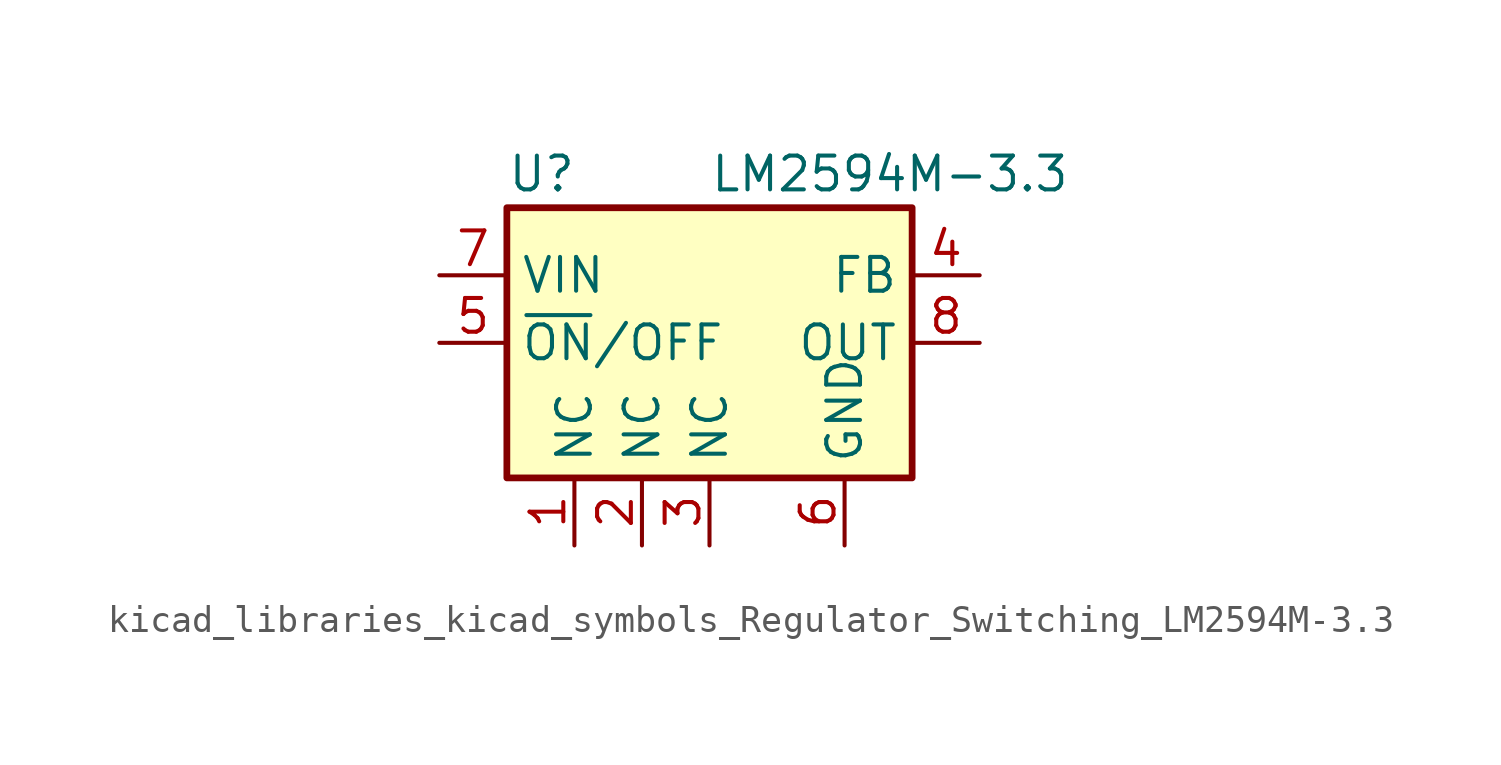
<source format=kicad_sym>
(kicad_symbol_lib
  (version 20220914)
  (generator kicad_symbol_editor)
  (symbol "kicad_libraries_kicad_symbols_Regulator_Switching_LM2594M-3.3"
    (property "Reference" "U"
      (at -7.62 6.35 0)
      (effects (font (size 1.27 1.27)) (justify left)))
    (property "Value" "LM2594M-3.3"
      (at 0 6.35 0)
      (effects (font (size 1.27 1.27)) (justify left)))
    (symbol "kicad_libraries_kicad_symbols_Regulator_Switching_LM2594M-3.3_0_1"
      (rectangle (start -7.62 5.08) (end 7.62 -5.08) (stroke (width 0.254) (type default)) (fill (type background))))
    (symbol "kicad_libraries_kicad_symbols_Regulator_Switching_LM2594M-3.3_1_1"
      (pin passive line (at -5.08 -7.62 90) (length 2.54) (name "NC" (effects (font (size 1.27 1.27)))) (number "1" (effects (font (size 1.27 1.27)))))
      (pin passive line (at -2.54 -7.62 90) (length 2.54) (name "NC" (effects (font (size 1.27 1.27)))) (number "2" (effects (font (size 1.27 1.27)))))
      (pin passive line (at 0 -7.62 90) (length 2.54) (name "NC" (effects (font (size 1.27 1.27)))) (number "3" (effects (font (size 1.27 1.27)))))
      (pin input line (at 10.16 2.54 180) (length 2.54) (name "FB" (effects (font (size 1.27 1.27)))) (number "4" (effects (font (size 1.27 1.27)))))
      (pin input line (at -10.16 0 0) (length 2.54) (name "~{ON}/OFF" (effects (font (size 1.27 1.27)))) (number "5" (effects (font (size 1.27 1.27)))))
      (pin power_in line (at 5.08 -7.62 90) (length 2.54) (name "GND" (effects (font (size 1.27 1.27)))) (number "6" (effects (font (size 1.27 1.27)))))
      (pin power_in line (at -10.16 2.54 0) (length 2.54) (name "VIN" (effects (font (size 1.27 1.27)))) (number "7" (effects (font (size 1.27 1.27)))))
      (pin output line (at 10.16 0 180) (length 2.54) (name "OUT" (effects (font (size 1.27 1.27)))) (number "8" (effects (font (size 1.27 1.27))))))))
</source>
